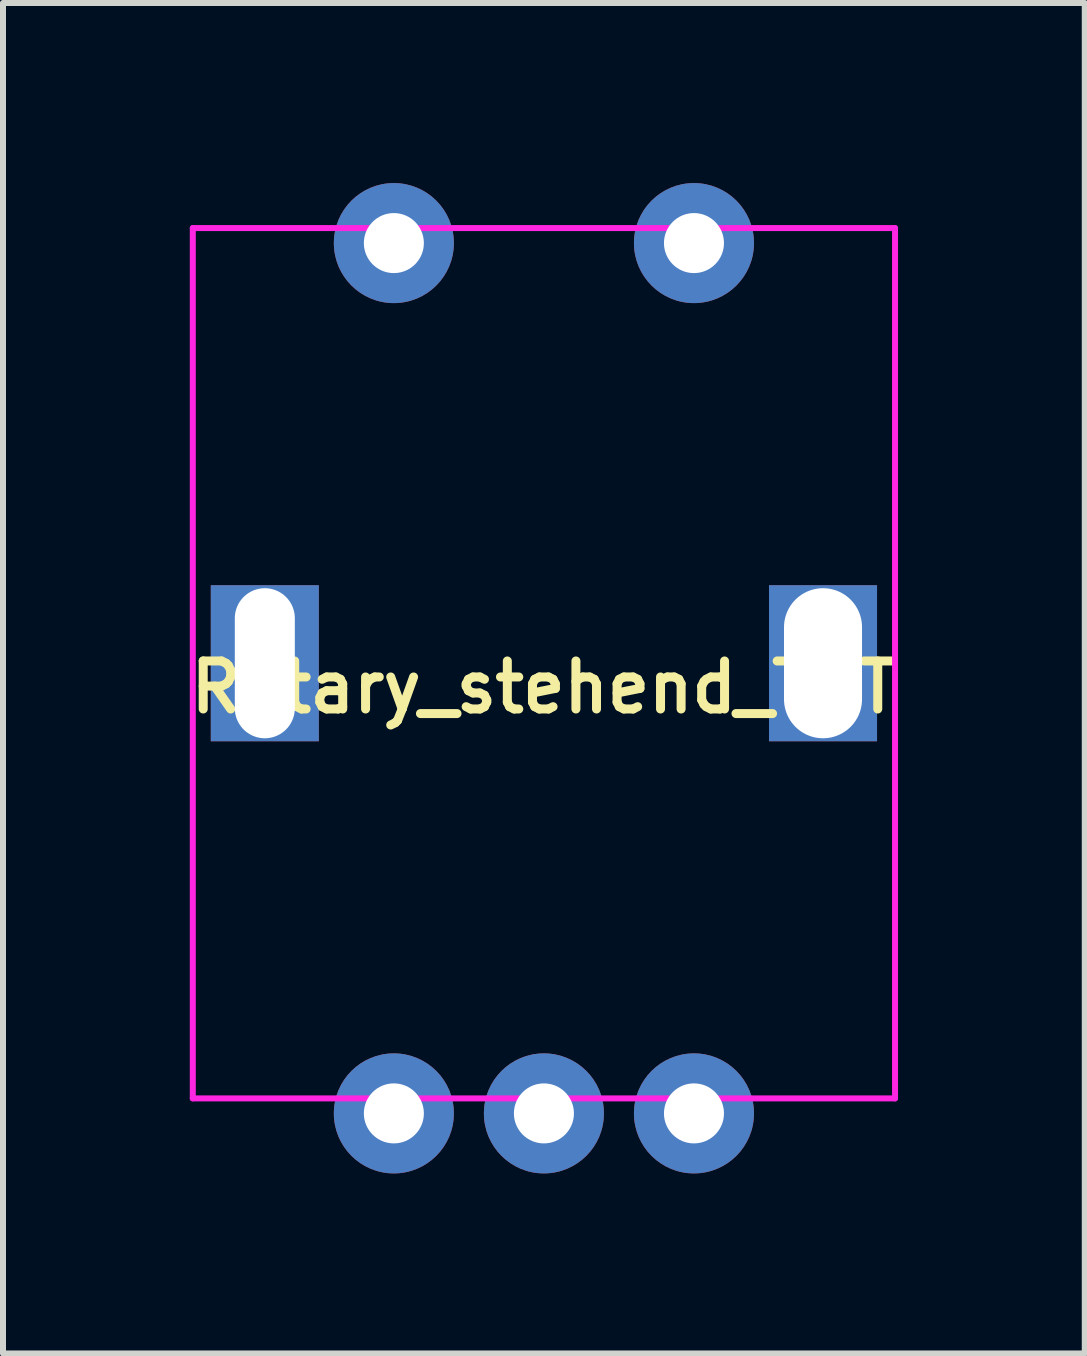
<source format=kicad_pcb>
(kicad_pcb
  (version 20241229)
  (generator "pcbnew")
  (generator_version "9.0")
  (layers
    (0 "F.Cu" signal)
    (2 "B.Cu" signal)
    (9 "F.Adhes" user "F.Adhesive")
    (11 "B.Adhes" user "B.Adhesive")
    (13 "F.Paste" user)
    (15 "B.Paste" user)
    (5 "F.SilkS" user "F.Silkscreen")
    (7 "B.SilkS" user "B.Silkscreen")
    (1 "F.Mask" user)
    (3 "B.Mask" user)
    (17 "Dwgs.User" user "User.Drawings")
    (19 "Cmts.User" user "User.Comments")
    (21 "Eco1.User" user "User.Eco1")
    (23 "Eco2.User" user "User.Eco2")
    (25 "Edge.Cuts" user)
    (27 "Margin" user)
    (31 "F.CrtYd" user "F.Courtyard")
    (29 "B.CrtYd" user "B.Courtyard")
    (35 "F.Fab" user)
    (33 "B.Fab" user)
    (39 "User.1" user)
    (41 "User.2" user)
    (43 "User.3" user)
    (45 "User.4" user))
  (footprint "Rotary_stehend_THT"
    (layer "F.Cu")
    (at 6.012 8)
    (property "Reference" "Rotary_stehend_THT" (at 0 0.4 0) (layer "F.SilkS") (effects (font (size 0.8 0.8) (thickness 0.15))))
    (attr through_hole)
    (fp_line (start -5.85 -7.25) (end 5.85 -7.25) (stroke (width 0.1) (type solid)) (layer "F.CrtYd"))
    (fp_line (start -5.85 7.25) (end -5.85 -7.25) (stroke (width 0.1) (type solid)) (layer "F.CrtYd"))
    (fp_line (start 5.85 -7.25) (end 5.85 7.25) (stroke (width 0.1) (type solid)) (layer "F.CrtYd"))
    (fp_line (start 5.85 7.25) (end -5.85 7.25) (stroke (width 0.1) (type solid)) (layer "F.CrtYd"))
    (pad "1" thru_hole circle (at -2.5 7.5) (size 2 2) (drill 1) (layers "*.Cu" "*.Mask"))
    (pad "2" thru_hole circle (at 0 7.5) (size 2 2) (drill 1) (layers "*.Cu" "*.Mask"))
    (pad "3" thru_hole circle (at 2.5 7.5) (size 2 2) (drill 1) (layers "*.Cu" "*.Mask"))
    (pad "4" thru_hole circle (at -2.5 -7) (size 2 2) (drill 1) (layers "*.Cu" "*.Mask"))
    (pad "5" thru_hole circle (at 2.5 -7) (size 2 2) (drill 1) (layers "*.Cu" "*.Mask"))
    (pad "6" thru_hole rect (at 4.65 0) (size 1.8 2.6) (drill oval 1.3 2.5) (layers "*.Cu" "*.Mask"))
    (pad "7" thru_hole rect (at -4.65 0) (size 1.8 2.6) (drill oval 1 2.5) (layers "*.Cu" "*.Mask")))
  (gr_rect
    (start -3 -3)
    (end 15.023 19.5)
    (stroke (width 0.1) (type default))
    (fill no)
    (layer "Edge.Cuts")))
</source>
